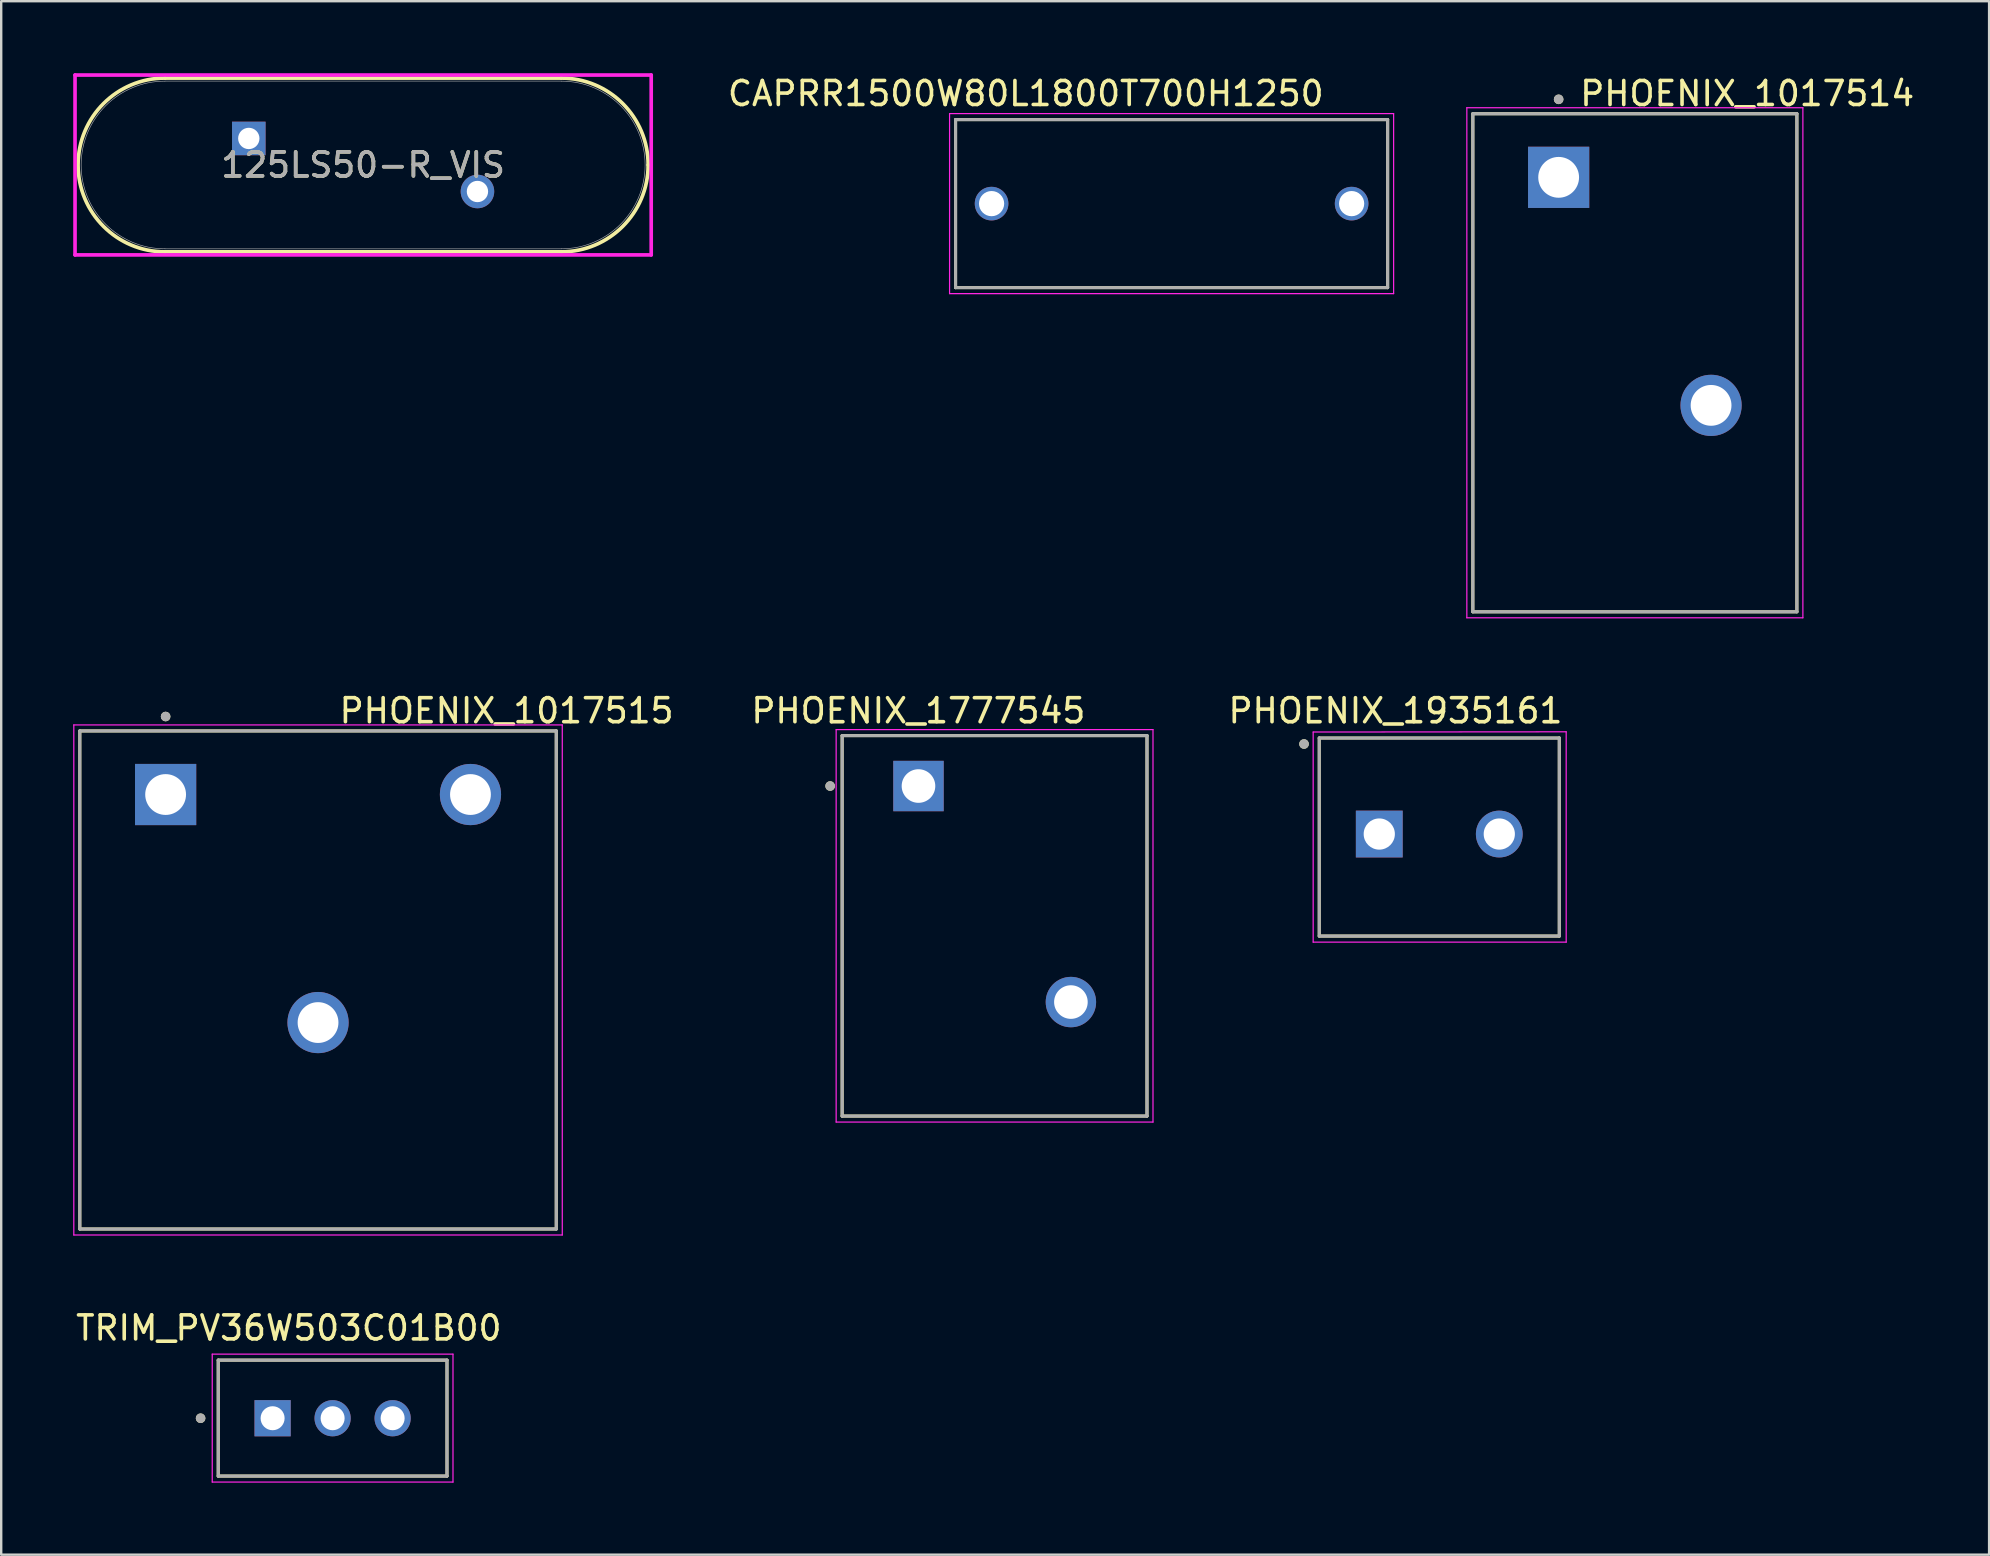
<source format=kicad_pcb>
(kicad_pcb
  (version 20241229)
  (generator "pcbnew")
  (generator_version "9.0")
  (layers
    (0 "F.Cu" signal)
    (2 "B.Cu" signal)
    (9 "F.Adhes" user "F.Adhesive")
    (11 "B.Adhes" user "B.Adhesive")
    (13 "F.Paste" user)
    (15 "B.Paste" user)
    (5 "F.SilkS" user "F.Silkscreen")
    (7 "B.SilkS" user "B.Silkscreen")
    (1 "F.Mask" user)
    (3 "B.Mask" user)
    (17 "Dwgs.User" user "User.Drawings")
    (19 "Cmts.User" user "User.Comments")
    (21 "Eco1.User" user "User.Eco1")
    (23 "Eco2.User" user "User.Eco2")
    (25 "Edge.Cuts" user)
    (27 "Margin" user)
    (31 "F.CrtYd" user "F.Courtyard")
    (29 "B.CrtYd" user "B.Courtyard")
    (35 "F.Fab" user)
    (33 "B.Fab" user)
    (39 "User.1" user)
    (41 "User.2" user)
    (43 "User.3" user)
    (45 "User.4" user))
  (footprint "PHOENIX_1777545"
    (layer "F.Cu")
    (at 32.035 43.447)
    (property "Reference" "PHOENIX_1777545" (at 3.175 -16.885 0) (layer "F.SilkS") (effects (font (size 1 1) (thickness 0.15))))
    (attr through_hole)
    (fp_line (start 0 -15.85) (end 0 0) (stroke (width 0.127) (type solid)) (layer "F.SilkS"))
    (fp_line (start 0 0) (end 12.7 0) (stroke (width 0.127) (type solid)) (layer "F.SilkS"))
    (fp_line (start 12.7 -15.85) (end 0 -15.85) (stroke (width 0.127) (type solid)) (layer "F.SilkS"))
    (fp_line (start 12.7 0) (end 12.7 -15.85) (stroke (width 0.127) (type solid)) (layer "F.SilkS"))
    (fp_circle (center -0.5 -13.75) (end -0.4 -13.75) (stroke (width 0.2) (type solid)) (fill no) (layer "F.SilkS"))
    (fp_line (start -0.25 -16.1) (end 12.95 -16.1) (stroke (width 0.05) (type solid)) (layer "F.CrtYd"))
    (fp_line (start -0.25 0.25) (end -0.25 -16.1) (stroke (width 0.05) (type solid)) (layer "F.CrtYd"))
    (fp_line (start 12.95 -16.1) (end 12.95 0.25) (stroke (width 0.05) (type solid)) (layer "F.CrtYd"))
    (fp_line (start 12.95 0.25) (end -0.25 0.25) (stroke (width 0.05) (type solid)) (layer "F.CrtYd"))
    (fp_line (start 0 -15.85) (end 0 0) (stroke (width 0.127) (type solid)) (layer "F.Fab"))
    (fp_line (start 0 0) (end 12.7 0) (stroke (width 0.127) (type solid)) (layer "F.Fab"))
    (fp_line (start 12.7 -15.85) (end 0 -15.85) (stroke (width 0.127) (type solid)) (layer "F.Fab"))
    (fp_line (start 12.7 0) (end 12.7 -15.85) (stroke (width 0.127) (type solid)) (layer "F.Fab"))
    (fp_circle (center -0.5 -13.75) (end -0.4 -13.75) (stroke (width 0.2) (type solid)) (fill no) (layer "F.Fab"))
    (pad "1" thru_hole rect (at 3.18 -13.75) (size 2.1 2.1) (drill 1.4) (layers "*.Cu" "*.Mask"))
    (pad "2" thru_hole circle (at 9.53 -4.75) (size 2.1 2.1) (drill 1.4) (layers "*.Cu" "*.Mask")))
  (footprint "TRIM_PV36W503C01B00"
    (layer "F.Cu")
    (at 10.807 56.035)
    (property "Reference" "TRIM_PV36W503C01B00" (at -1.825 -3.76 0) (layer "F.SilkS") (effects (font (size 1 1) (thickness 0.15))))
    (attr through_hole)
    (fp_line (start -4.765 -2.42) (end -4.765 2.41) (stroke (width 0.127) (type solid)) (layer "F.SilkS"))
    (fp_line (start -4.765 2.41) (end 4.765 2.41) (stroke (width 0.127) (type solid)) (layer "F.SilkS"))
    (fp_line (start 4.765 -2.42) (end -4.765 -2.42) (stroke (width 0.127) (type solid)) (layer "F.SilkS"))
    (fp_line (start 4.765 2.41) (end 4.765 -2.42) (stroke (width 0.127) (type solid)) (layer "F.SilkS"))
    (fp_circle (center -5.5 0) (end -5.4 0) (stroke (width 0.2) (type solid)) (fill no) (layer "F.SilkS"))
    (fp_line (start -5.015 -2.67) (end -5.015 2.66) (stroke (width 0.05) (type solid)) (layer "F.CrtYd"))
    (fp_line (start -5.015 2.66) (end 5.015 2.66) (stroke (width 0.05) (type solid)) (layer "F.CrtYd"))
    (fp_line (start 5.015 -2.67) (end -5.015 -2.67) (stroke (width 0.05) (type solid)) (layer "F.CrtYd"))
    (fp_line (start 5.015 2.66) (end 5.015 -2.67) (stroke (width 0.05) (type solid)) (layer "F.CrtYd"))
    (fp_line (start -4.765 -2.42) (end -4.765 2.41) (stroke (width 0.127) (type solid)) (layer "F.Fab"))
    (fp_line (start -4.765 2.41) (end 4.765 2.41) (stroke (width 0.127) (type solid)) (layer "F.Fab"))
    (fp_line (start 4.765 -2.42) (end -4.765 -2.42) (stroke (width 0.127) (type solid)) (layer "F.Fab"))
    (fp_line (start 4.765 2.41) (end 4.765 -2.42) (stroke (width 0.127) (type solid)) (layer "F.Fab"))
    (fp_circle (center -5.5 0) (end -5.4 0) (stroke (width 0.2) (type solid)) (fill no) (layer "F.Fab"))
    (pad "1" thru_hole rect (at -2.5 0) (size 1.508 1.508) (drill 1) (layers "*.Cu" "*.Mask"))
    (pad "2" thru_hole circle (at 0 0) (size 1.508 1.508) (drill 1) (layers "*.Cu" "*.Mask"))
    (pad "3" thru_hole circle (at 2.5 0) (size 1.508 1.508) (drill 1) (layers "*.Cu" "*.Mask")))
  (footprint "PHOENIX_1017515"
    (layer "F.Cu")
    (at 0.275 48.151)
    (property "Reference" "PHOENIX_1017515" (at 17.78 -21.59 0) (layer "F.SilkS") (effects (font (size 1 1) (thickness 0.15))))
    (attr through_hole)
    (fp_line (start 0 -20.75) (end 19.85 -20.75) (stroke (width 0.127) (type solid)) (layer "F.SilkS"))
    (fp_line (start 0 0) (end 0 -20.75) (stroke (width 0.127) (type solid)) (layer "F.SilkS"))
    (fp_line (start 19.85 -20.75) (end 19.85 0) (stroke (width 0.127) (type solid)) (layer "F.SilkS"))
    (fp_line (start 19.85 0) (end 0 0) (stroke (width 0.127) (type solid)) (layer "F.SilkS"))
    (fp_circle (center 3.575 -21.35) (end 3.675 -21.35) (stroke (width 0.2) (type solid)) (fill no) (layer "F.SilkS"))
    (fp_line (start -0.25 -21) (end -0.25 0.25) (stroke (width 0.05) (type solid)) (layer "F.CrtYd"))
    (fp_line (start -0.25 0.25) (end 20.1 0.25) (stroke (width 0.05) (type solid)) (layer "F.CrtYd"))
    (fp_line (start 20.1 -21) (end -0.25 -21) (stroke (width 0.05) (type solid)) (layer "F.CrtYd"))
    (fp_line (start 20.1 0.25) (end 20.1 -21) (stroke (width 0.05) (type solid)) (layer "F.CrtYd"))
    (fp_line (start 0 -20.75) (end 19.85 -20.75) (stroke (width 0.127) (type solid)) (layer "F.Fab"))
    (fp_line (start 0 0) (end 0 -20.75) (stroke (width 0.127) (type solid)) (layer "F.Fab"))
    (fp_line (start 19.85 -20.75) (end 19.85 0) (stroke (width 0.127) (type solid)) (layer "F.Fab"))
    (fp_line (start 19.85 0) (end 0 0) (stroke (width 0.127) (type solid)) (layer "F.Fab"))
    (fp_circle (center 3.575 -21.35) (end 3.675 -21.35) (stroke (width 0.2) (type solid)) (fill no) (layer "F.Fab"))
    (pad "1" thru_hole rect (at 3.575 -18.1) (size 2.55 2.55) (drill 1.7) (layers "*.Cu" "*.Mask"))
    (pad "2" thru_hole circle (at 9.925 -8.6) (size 2.55 2.55) (drill 1.7) (layers "*.Cu" "*.Mask"))
    (pad "3" thru_hole circle (at 16.275 -18.1) (size 2.55 2.55) (drill 1.7) (layers "*.Cu" "*.Mask")))
  (footprint "CAPRR1500W80L1800T700H1250"
    (layer "F.Cu")
    (at 45.76 5.433)
    (property "Reference" "CAPRR1500W80L1800T700H1250" (at -6.075 -4.585 0) (layer "F.SilkS") (effects (font (size 1 1) (thickness 0.15))))
    (attr through_hole)
    (fp_line (start -9 -3.5) (end -9 3.5) (stroke (width 0.127) (type solid)) (layer "F.SilkS"))
    (fp_line (start -9 -3.5) (end 9 -3.5) (stroke (width 0.127) (type solid)) (layer "F.SilkS"))
    (fp_line (start -9 3.5) (end 9 3.5) (stroke (width 0.127) (type solid)) (layer "F.SilkS"))
    (fp_line (start 9 -3.5) (end 9 3.5) (stroke (width 0.127) (type solid)) (layer "F.SilkS"))
    (fp_line (start -9.25 -3.75) (end -9.25 3.75) (stroke (width 0.05) (type solid)) (layer "F.CrtYd"))
    (fp_line (start -9.25 -3.75) (end 9.25 -3.75) (stroke (width 0.05) (type solid)) (layer "F.CrtYd"))
    (fp_line (start 9.25 -3.75) (end 9.25 3.75) (stroke (width 0.05) (type solid)) (layer "F.CrtYd"))
    (fp_line (start 9.25 3.75) (end -9.25 3.75) (stroke (width 0.05) (type solid)) (layer "F.CrtYd"))
    (fp_line (start -9 -3.5) (end -9 3.5) (stroke (width 0.127) (type solid)) (layer "F.Fab"))
    (fp_line (start -9 -3.5) (end 9 -3.5) (stroke (width 0.127) (type solid)) (layer "F.Fab"))
    (fp_line (start 9 -3.5) (end 9 3.5) (stroke (width 0.127) (type solid)) (layer "F.Fab"))
    (fp_line (start 9 3.5) (end -9 3.5) (stroke (width 0.127) (type solid)) (layer "F.Fab"))
    (pad "1" thru_hole circle (at -7.5 0) (size 1.4 1.4) (drill 1.05) (layers "*.Cu" "*.Mask"))
    (pad "2" thru_hole circle (at 7.5 0) (size 1.4 1.4) (drill 1.05) (layers "*.Cu" "*.Mask")))
  (footprint "125LS50-R_VIS"
    (layer "F.Cu")
    (at 12.078 3.823)
    (property "Reference" "125LS50-R_VIS" (at 0 0 0) (unlocked yes) (layer "F.SilkS") (effects (font (size 1 1) (thickness 0.15))))
    (attr through_hole)
    (fp_line (start -8.255 -3.619) (end 8.255 -3.619) (stroke (width 0.152) (type solid)) (layer "F.SilkS"))
    (fp_line (start -8.255 3.619) (end 8.255 3.619) (stroke (width 0.152) (type solid)) (layer "F.SilkS"))
    (fp_arc (start -8.255 3.6195) (mid -11.8745 0) (end -8.255 -3.6195) (stroke (width 0.1524) (type solid)) (layer "F.SilkS"))
    (fp_arc (start 8.255 -3.6195) (mid 10.814373 -2.559373) (end 11.8745 0) (stroke (width 0.1524) (type solid)) (layer "F.SilkS"))
    (fp_arc (start 11.8745 0) (mid 10.814373 2.559373) (end 8.255 3.6195) (stroke (width 0.1524) (type solid)) (layer "F.SilkS"))
    (fp_line (start -12.002 -3.747) (end 12.002 -3.747) (stroke (width 0.152) (type solid)) (layer "F.CrtYd"))
    (fp_line (start -12.002 3.747) (end -12.002 -3.747) (stroke (width 0.152) (type solid)) (layer "F.CrtYd"))
    (fp_line (start 12.002 -3.747) (end 12.002 3.747) (stroke (width 0.152) (type solid)) (layer "F.CrtYd"))
    (fp_line (start 12.002 3.747) (end -12.002 3.747) (stroke (width 0.152) (type solid)) (layer "F.CrtYd"))
    (fp_line (start -8.255 -3.493) (end 8.255 -3.493) (stroke (width 0.025) (type solid)) (layer "F.Fab"))
    (fp_line (start -8.255 3.493) (end 8.255 3.493) (stroke (width 0.025) (type solid)) (layer "F.Fab"))
    (fp_arc (start -8.255 3.4925) (mid -11.7475 0) (end -8.255 -3.4925) (stroke (width 0.0254) (type solid)) (layer "F.Fab"))
    (fp_arc (start 8.255 -3.4925) (mid 11.7475 0) (end 8.255 3.4925) (stroke (width 0.0254) (type solid)) (layer "F.Fab"))
    (fp_text user "${REFERENCE}" (at 0 0 0) (unlocked yes) (layer "F.Fab") (effects (font (size 1 1) (thickness 0.15))))
    (pad "1" thru_hole rect (at -4.763 -1.105) (size 1.397 1.397) (drill 0.889) (layers "*.Cu" "*.Mask"))
    (pad "2" thru_hole circle (at 4.763 1.105) (size 1.397 1.397) (drill 0.889) (layers "*.Cu" "*.Mask")))
  (footprint "PHOENIX_1935161"
    (layer "F.Cu")
    (at 51.912 35.947)
    (property "Reference" "PHOENIX_1935161" (at 3.175 -9.385 0) (layer "F.SilkS") (effects (font (size 1 1) (thickness 0.15))))
    (attr through_hole)
    (fp_line (start 0 -8.25) (end 10 -8.25) (stroke (width 0.127) (type solid)) (layer "F.SilkS"))
    (fp_line (start 0 0) (end 0 -8.25) (stroke (width 0.127) (type solid)) (layer "F.SilkS"))
    (fp_line (start 0 0) (end 10 0) (stroke (width 0.127) (type solid)) (layer "F.SilkS"))
    (fp_line (start 10 0) (end 10 -8.25) (stroke (width 0.127) (type solid)) (layer "F.SilkS"))
    (fp_circle (center -0.635 -8.001) (end -0.535 -8.001) (stroke (width 0.2) (type solid)) (fill no) (layer "F.SilkS"))
    (fp_line (start -0.254 -8.5) (end -0.254 0.254) (stroke (width 0.05) (type solid)) (layer "F.CrtYd"))
    (fp_line (start -0.254 0.254) (end 10.287 0.254) (stroke (width 0.05) (type solid)) (layer "F.CrtYd"))
    (fp_line (start 10.287 -8.509) (end -0.254 -8.5) (stroke (width 0.05) (type solid)) (layer "F.CrtYd"))
    (fp_line (start 10.287 0.254) (end 10.287 -8.509) (stroke (width 0.05) (type solid)) (layer "F.CrtYd"))
    (fp_line (start 0 -8.25) (end 10 -8.25) (stroke (width 0.127) (type solid)) (layer "F.Fab"))
    (fp_line (start 0 0) (end 0 -8.25) (stroke (width 0.127) (type solid)) (layer "F.Fab"))
    (fp_line (start 0 0) (end 10 0) (stroke (width 0.127) (type solid)) (layer "F.Fab"))
    (fp_line (start 10 0) (end 10 -8.25) (stroke (width 0.127) (type solid)) (layer "F.Fab"))
    (fp_circle (center -0.635 -8.001) (end -0.535 -8.001) (stroke (width 0.2) (type solid)) (fill no) (layer "F.Fab"))
    (pad "1" thru_hole rect (at 2.5 -4.25) (size 1.95 1.95) (drill 1.3) (layers "*.Cu" "*.Mask"))
    (pad "2" thru_hole circle (at 7.5 -4.25) (size 1.95 1.95) (drill 1.3) (layers "*.Cu" "*.Mask")))
  (footprint "PHOENIX_1017514"
    (layer "F.Cu")
    (at 58.31 22.438)
    (property "Reference" "PHOENIX_1017514" (at 11.43 -21.59 0) (layer "F.SilkS") (effects (font (size 1 1) (thickness 0.15))))
    (attr through_hole)
    (fp_line (start 0 -20.75) (end 13.5 -20.75) (stroke (width 0.127) (type solid)) (layer "F.SilkS"))
    (fp_line (start 0 0) (end 0 -20.75) (stroke (width 0.127) (type solid)) (layer "F.SilkS"))
    (fp_line (start 13.5 -20.75) (end 13.5 0) (stroke (width 0.127) (type solid)) (layer "F.SilkS"))
    (fp_line (start 13.5 0) (end 0 0) (stroke (width 0.127) (type solid)) (layer "F.SilkS"))
    (fp_circle (center 3.575 -21.35) (end 3.675 -21.35) (stroke (width 0.2) (type solid)) (fill no) (layer "F.SilkS"))
    (fp_line (start -0.25 -21) (end -0.25 0.25) (stroke (width 0.05) (type solid)) (layer "F.CrtYd"))
    (fp_line (start -0.25 0.25) (end 13.75 0.25) (stroke (width 0.05) (type solid)) (layer "F.CrtYd"))
    (fp_line (start 13.75 -21) (end -0.25 -21) (stroke (width 0.05) (type solid)) (layer "F.CrtYd"))
    (fp_line (start 13.75 0.25) (end 13.75 -21) (stroke (width 0.05) (type solid)) (layer "F.CrtYd"))
    (fp_line (start 0 -20.75) (end 13.5 -20.75) (stroke (width 0.127) (type solid)) (layer "F.Fab"))
    (fp_line (start 0 0) (end 0 -20.75) (stroke (width 0.127) (type solid)) (layer "F.Fab"))
    (fp_line (start 13.5 -20.75) (end 13.5 0) (stroke (width 0.127) (type solid)) (layer "F.Fab"))
    (fp_line (start 13.5 0) (end 0 0) (stroke (width 0.127) (type solid)) (layer "F.Fab"))
    (fp_circle (center 3.575 -21.35) (end 3.675 -21.35) (stroke (width 0.2) (type solid)) (fill no) (layer "F.Fab"))
    (pad "1" thru_hole rect (at 3.575 -18.1) (size 2.55 2.55) (drill 1.7) (layers "*.Cu" "*.Mask"))
    (pad "2" thru_hole circle (at 9.925 -8.6) (size 2.55 2.55) (drill 1.7) (layers "*.Cu" "*.Mask")))
  (gr_rect
    (start -3 -3)
    (end 79.818 61.72)
    (stroke (width 0.1) (type default))
    (fill no)
    (layer "Edge.Cuts")))
</source>
